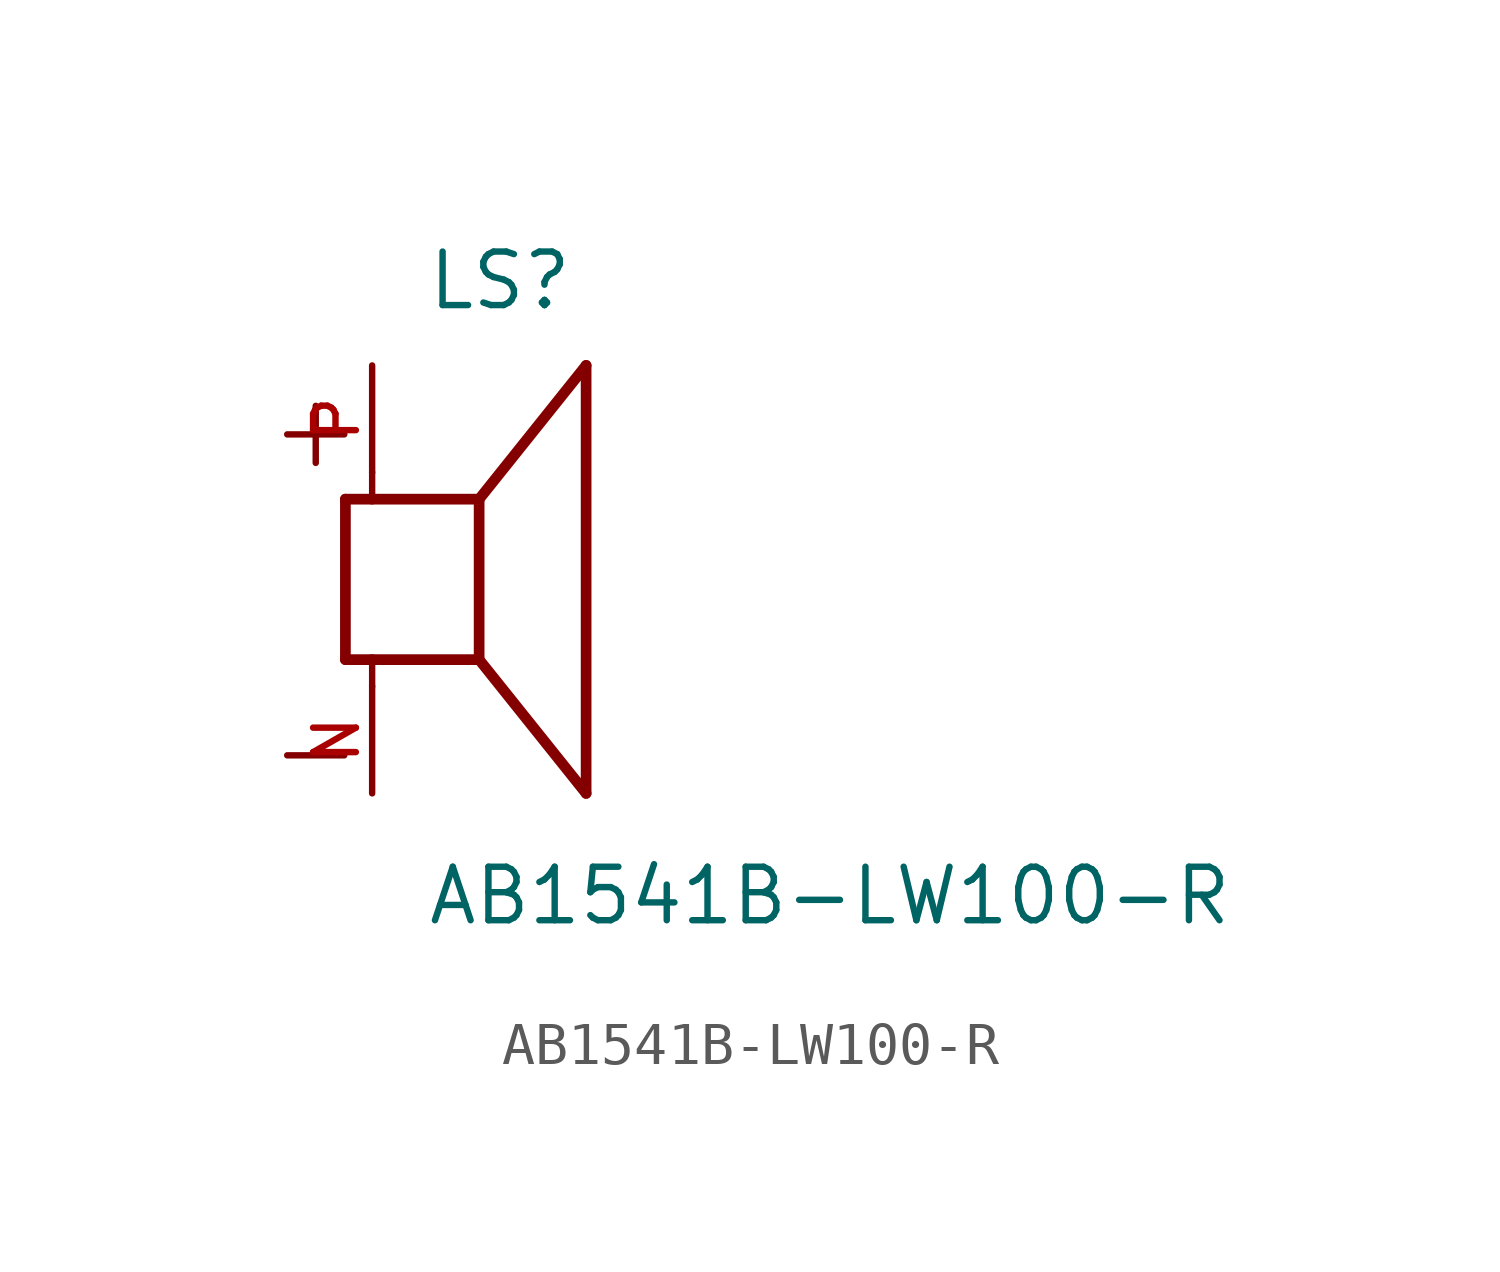
<source format=kicad_sym>
(kicad_symbol_lib
  (version 20211014)
  (generator kicad_symbol_editor)
  (symbol "AB1541B-LW100-R"
    (pin_names
      (offset 1.016))
    (property "Reference" "LS"
      (at -1.27 6.35 0)
      (effects (font (size 1.27 1.27)) (justify bottom left)))
    (property "Value" "AB1541B-LW100-R"
      (at -1.27 -8.255 0)
      (effects (font (size 1.27 1.27)) (justify bottom left)))
    (symbol "AB1541B-LW100-R_0_0"
      (polyline (pts (xy -3.175 1.905) (xy -3.175 -1.905)) (stroke (width 0.254)))
      (polyline (pts (xy -3.175 -1.905) (xy -2.54 -1.905)) (stroke (width 0.254)))
      (polyline (pts (xy 0.0 -1.905) (xy 0.0 1.905)) (stroke (width 0.254)))
      (polyline (pts (xy -3.175 1.905) (xy -2.54 1.905)) (stroke (width 0.254)))
      (polyline (pts (xy 0.0 -1.905) (xy 2.54 -5.08)) (stroke (width 0.254)))
      (polyline (pts (xy 2.54 -5.08) (xy 2.54 5.08)) (stroke (width 0.254)))
      (polyline (pts (xy 0.0 1.905) (xy 2.54 5.08)) (stroke (width 0.254)))
      (polyline (pts (xy -2.54 -2.54) (xy -2.54 -1.905)) (stroke (width 0.152)))
      (polyline (pts (xy -2.54 -1.905) (xy 0.0 -1.905)) (stroke (width 0.254)))
      (polyline (pts (xy -2.54 2.54) (xy -2.54 1.905)) (stroke (width 0.152)))
      (polyline (pts (xy -2.54 1.905) (xy 0.0 1.905)) (stroke (width 0.254)))
      (text "+" (at -5.08 2.54 0) (effects (font (size 1.778 1.778)) (justify bottom left)))
      (text "-" (at -5.08 -5.08 0) (effects (font (size 1.778 1.778)) (justify bottom left)))
      (pin passive line (at -2.54 -5.08 90.0) (length 2.54) (name "~" (effects (font (size 1.016 1.016)))) (number "N" (effects (font (size 1.016 1.016)))))
      (pin passive line (at -2.54 5.08 270.0) (length 2.54) (name "~" (effects (font (size 1.016 1.016)))) (number "P" (effects (font (size 1.016 1.016))))))))
</source>
